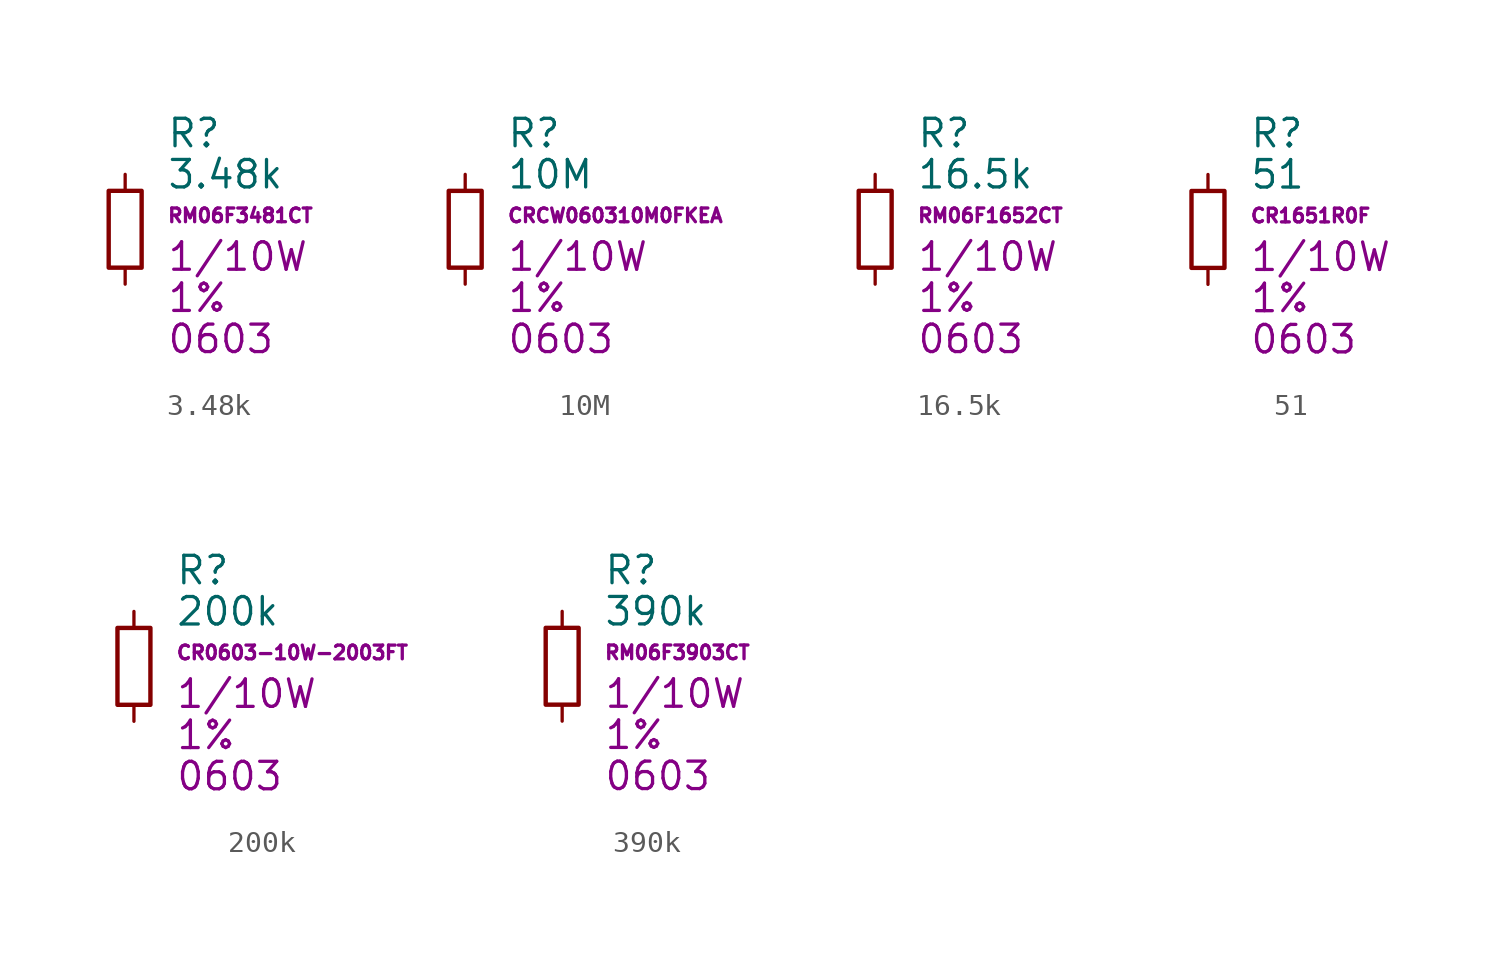
<source format=kicad_sym>
(kicad_symbol_lib
  (version 20220914)
  (generator kicad_symbol_editor)
  (symbol "3.48k"
    (pin_numbers hide)
    (pin_names hide)
    (property "Reference" "R"
      (at 1.905 1.905 0)
      (effects (font (size 1.27 1.27)) (justify left)))
    (property "Value" "3.48k"
      (at 1.905 0 0)
      (effects (font (size 1.27 1.27)) (justify left)))
    (property "Mfr PN" "RM06F3481CT"
      (at 1.905 -1.905 0)
      (effects (font (size 0.635 0.635)) (justify left)))
    (property "Power" "1/10W"
      (at 1.905 -3.81 0)
      (effects (font (size 1.27 1.27)) (justify left)))
    (property "Package" "0603"
      (at 1.905 -7.62 0)
      (effects (font (size 1.27 1.27)) (justify left)))
    (property "Tolerance" "1%"
      (at 1.905 -5.715 0)
      (effects (font (size 1.27 1.27)) (justify left)))
    (symbol "3.48k_0_1"
      (rectangle (start -0.762 -0.762) (end 0.762 -4.318) (stroke (width 0.203) (type default)) (fill (type none))))
    (symbol "3.48k_1_1"
      (pin passive line (at 0 0 270) (length 0.762) (name "~" (effects (font (size 1.27 1.27)))) (number "1" (effects (font (size 1.27 1.27)))))
      (pin passive line (at 0 -5.08 90) (length 0.762) (name "~" (effects (font (size 1.27 1.27)))) (number "2" (effects (font (size 1.27 1.27)))))))
  (symbol "10M"
    (pin_numbers hide)
    (pin_names hide)
    (property "Reference" "R"
      (at 1.905 1.905 0)
      (effects (font (size 1.27 1.27)) (justify left)))
    (property "Value" "10M"
      (at 1.905 0 0)
      (effects (font (size 1.27 1.27)) (justify left)))
    (property "Mfr PN" "CRCW060310M0FKEA"
      (at 1.905 -1.905 0)
      (effects (font (size 0.635 0.635)) (justify left)))
    (property "Power" "1/10W"
      (at 1.905 -3.81 0)
      (effects (font (size 1.27 1.27)) (justify left)))
    (property "Package" "0603"
      (at 1.905 -7.62 0)
      (effects (font (size 1.27 1.27)) (justify left)))
    (property "Tolerance" "1%"
      (at 1.905 -5.715 0)
      (effects (font (size 1.27 1.27)) (justify left)))
    (symbol "10M_0_1"
      (rectangle (start -0.762 -0.762) (end 0.762 -4.318) (stroke (width 0.203) (type default)) (fill (type none))))
    (symbol "10M_1_1"
      (pin passive line (at 0 0 270) (length 0.762) (name "~" (effects (font (size 1.27 1.27)))) (number "1" (effects (font (size 1.27 1.27)))))
      (pin passive line (at 0 -5.08 90) (length 0.762) (name "~" (effects (font (size 1.27 1.27)))) (number "2" (effects (font (size 1.27 1.27)))))))
  (symbol "16.5k"
    (pin_numbers hide)
    (pin_names hide)
    (property "Reference" "R"
      (at 1.905 1.905 0)
      (effects (font (size 1.27 1.27)) (justify left)))
    (property "Value" "16.5k"
      (at 1.905 0 0)
      (effects (font (size 1.27 1.27)) (justify left)))
    (property "Mfr PN" "RM06F1652CT"
      (at 1.905 -1.905 0)
      (effects (font (size 0.635 0.635)) (justify left)))
    (property "Power" "1/10W"
      (at 1.905 -3.81 0)
      (effects (font (size 1.27 1.27)) (justify left)))
    (property "Package" "0603"
      (at 1.905 -7.62 0)
      (effects (font (size 1.27 1.27)) (justify left)))
    (property "Tolerance" "1%"
      (at 1.905 -5.715 0)
      (effects (font (size 1.27 1.27)) (justify left)))
    (symbol "16.5k_0_1"
      (rectangle (start -0.762 -0.762) (end 0.762 -4.318) (stroke (width 0.203) (type default)) (fill (type none))))
    (symbol "16.5k_1_1"
      (pin passive line (at 0 0 270) (length 0.762) (name "~" (effects (font (size 1.27 1.27)))) (number "1" (effects (font (size 1.27 1.27)))))
      (pin passive line (at 0 -5.08 90) (length 0.762) (name "~" (effects (font (size 1.27 1.27)))) (number "2" (effects (font (size 1.27 1.27)))))))
  (symbol "51"
    (pin_numbers hide)
    (pin_names hide)
    (property "Reference" "R"
      (at 1.905 1.905 0)
      (effects (font (size 1.27 1.27)) (justify left)))
    (property "Value" "51"
      (at 1.905 0 0)
      (effects (font (size 1.27 1.27)) (justify left)))
    (property "Mfr PN" "CR1651R0F"
      (at 1.905 -1.905 0)
      (effects (font (size 0.635 0.635)) (justify left)))
    (property "Power" "1/10W"
      (at 1.905 -3.81 0)
      (effects (font (size 1.27 1.27)) (justify left)))
    (property "Package" "0603"
      (at 1.905 -7.62 0)
      (effects (font (size 1.27 1.27)) (justify left)))
    (property "Tolerance" "1%"
      (at 1.905 -5.715 0)
      (effects (font (size 1.27 1.27)) (justify left)))
    (symbol "51_0_1"
      (rectangle (start -0.762 -0.762) (end 0.762 -4.318) (stroke (width 0.203) (type default)) (fill (type none))))
    (symbol "51_1_1"
      (pin passive line (at 0 0 270) (length 0.762) (name "~" (effects (font (size 1.27 1.27)))) (number "1" (effects (font (size 1.27 1.27)))))
      (pin passive line (at 0 -5.08 90) (length 0.762) (name "~" (effects (font (size 1.27 1.27)))) (number "2" (effects (font (size 1.27 1.27)))))))
  (symbol "200k"
    (pin_numbers hide)
    (pin_names hide)
    (property "Reference" "R"
      (at 1.905 1.905 0)
      (effects (font (size 1.27 1.27)) (justify left)))
    (property "Value" "200k"
      (at 1.905 0 0)
      (effects (font (size 1.27 1.27)) (justify left)))
    (property "Mfr PN" "CR0603-10W-2003FT"
      (at 1.905 -1.905 0)
      (effects (font (size 0.635 0.635)) (justify left)))
    (property "Power" "1/10W"
      (at 1.905 -3.81 0)
      (effects (font (size 1.27 1.27)) (justify left)))
    (property "Package" "0603"
      (at 1.905 -7.62 0)
      (effects (font (size 1.27 1.27)) (justify left)))
    (property "Tolerance" "1%"
      (at 1.905 -5.715 0)
      (effects (font (size 1.27 1.27)) (justify left)))
    (symbol "200k_0_1"
      (rectangle (start -0.762 -0.762) (end 0.762 -4.318) (stroke (width 0.203) (type default)) (fill (type none))))
    (symbol "200k_1_1"
      (pin passive line (at 0 0 270) (length 0.762) (name "~" (effects (font (size 1.27 1.27)))) (number "1" (effects (font (size 1.27 1.27)))))
      (pin passive line (at 0 -5.08 90) (length 0.762) (name "~" (effects (font (size 1.27 1.27)))) (number "2" (effects (font (size 1.27 1.27)))))))
  (symbol "390k"
    (pin_numbers hide)
    (pin_names hide)
    (property "Reference" "R"
      (at 1.905 1.905 0)
      (effects (font (size 1.27 1.27)) (justify left)))
    (property "Value" "390k"
      (at 1.905 0 0)
      (effects (font (size 1.27 1.27)) (justify left)))
    (property "Mfr PN" "RM06F3903CT"
      (at 1.905 -1.905 0)
      (effects (font (size 0.635 0.635)) (justify left)))
    (property "Power" "1/10W"
      (at 1.905 -3.81 0)
      (effects (font (size 1.27 1.27)) (justify left)))
    (property "Package" "0603"
      (at 1.905 -7.62 0)
      (effects (font (size 1.27 1.27)) (justify left)))
    (property "Tolerance" "1%"
      (at 1.905 -5.715 0)
      (effects (font (size 1.27 1.27)) (justify left)))
    (symbol "390k_0_1"
      (rectangle (start -0.762 -0.762) (end 0.762 -4.318) (stroke (width 0.203) (type default)) (fill (type none))))
    (symbol "390k_1_1"
      (pin passive line (at 0 0 270) (length 0.762) (name "~" (effects (font (size 1.27 1.27)))) (number "1" (effects (font (size 1.27 1.27)))))
      (pin passive line (at 0 -5.08 90) (length 0.762) (name "~" (effects (font (size 1.27 1.27)))) (number "2" (effects (font (size 1.27 1.27))))))))
</source>
